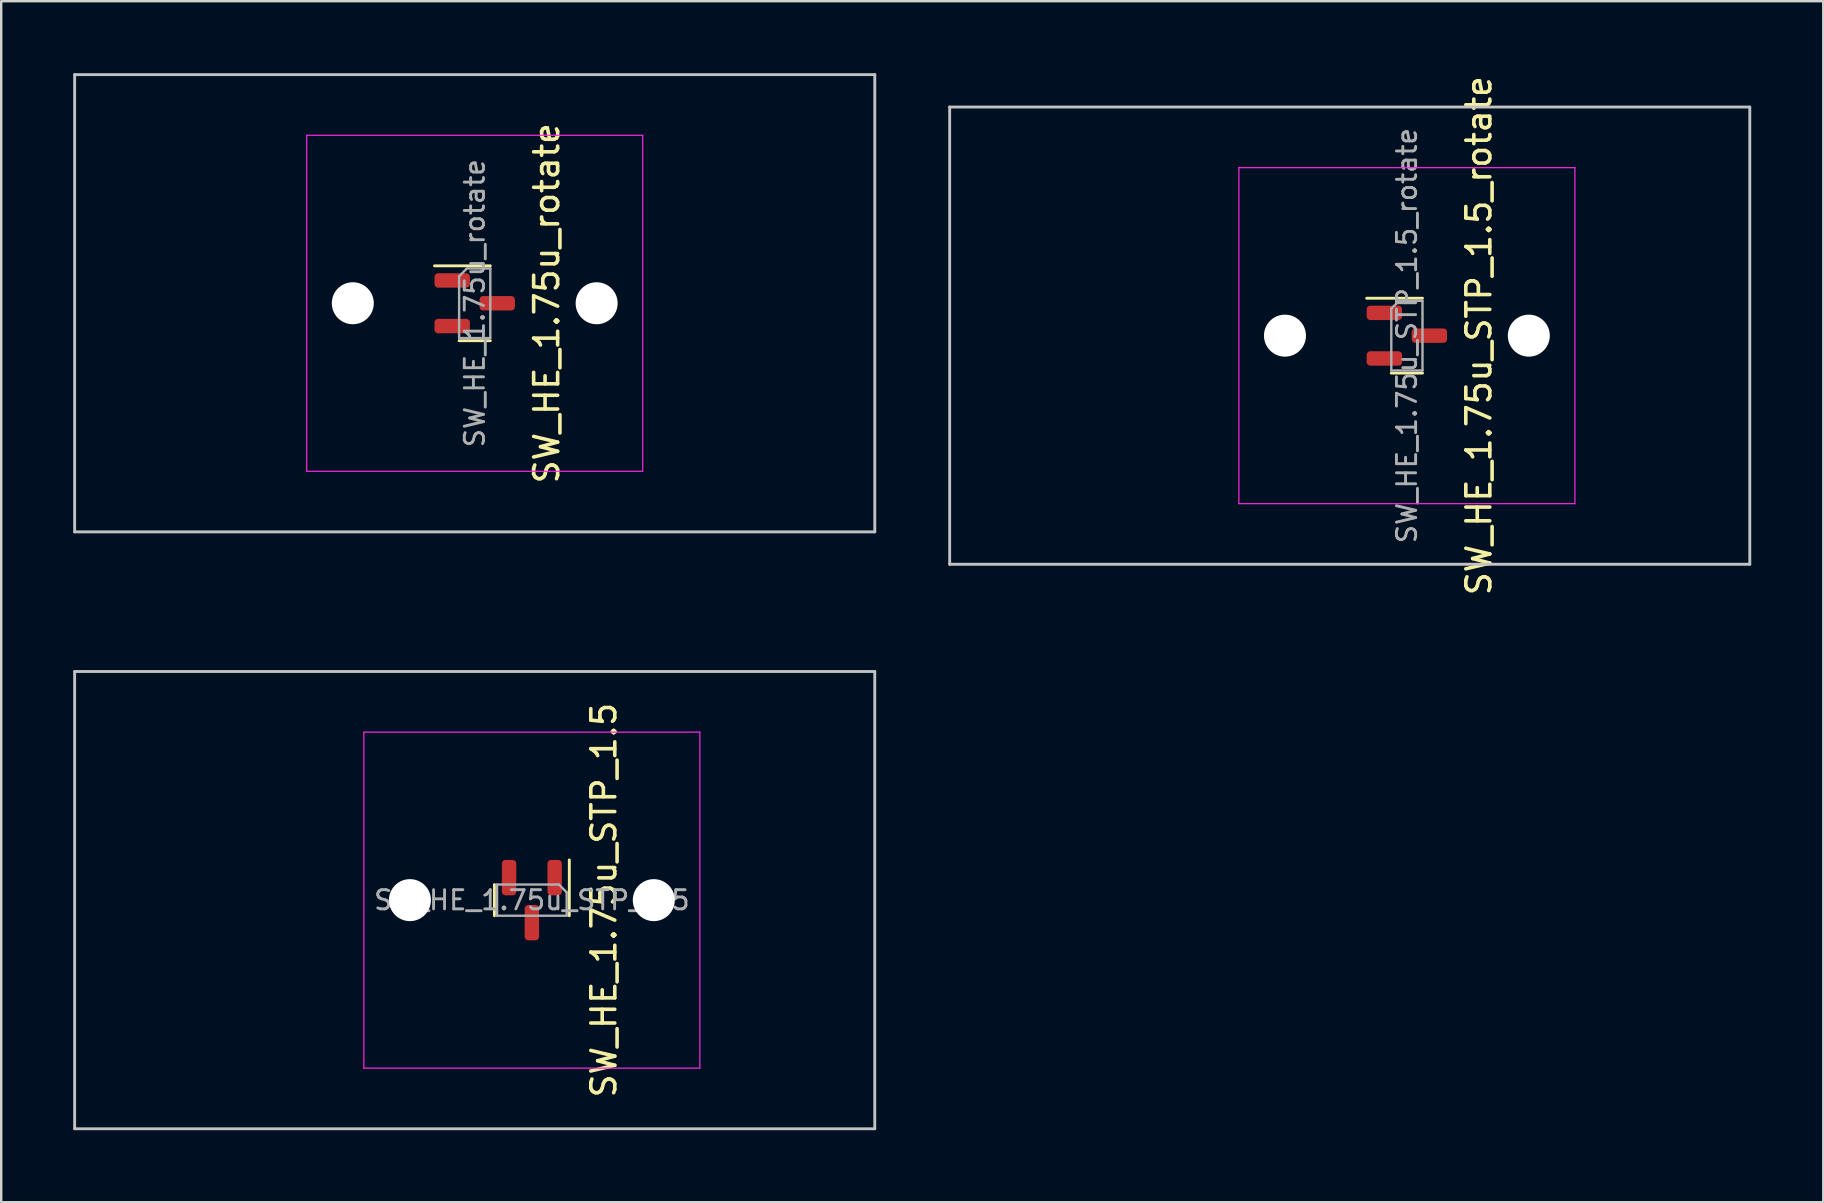
<source format=kicad_pcb>
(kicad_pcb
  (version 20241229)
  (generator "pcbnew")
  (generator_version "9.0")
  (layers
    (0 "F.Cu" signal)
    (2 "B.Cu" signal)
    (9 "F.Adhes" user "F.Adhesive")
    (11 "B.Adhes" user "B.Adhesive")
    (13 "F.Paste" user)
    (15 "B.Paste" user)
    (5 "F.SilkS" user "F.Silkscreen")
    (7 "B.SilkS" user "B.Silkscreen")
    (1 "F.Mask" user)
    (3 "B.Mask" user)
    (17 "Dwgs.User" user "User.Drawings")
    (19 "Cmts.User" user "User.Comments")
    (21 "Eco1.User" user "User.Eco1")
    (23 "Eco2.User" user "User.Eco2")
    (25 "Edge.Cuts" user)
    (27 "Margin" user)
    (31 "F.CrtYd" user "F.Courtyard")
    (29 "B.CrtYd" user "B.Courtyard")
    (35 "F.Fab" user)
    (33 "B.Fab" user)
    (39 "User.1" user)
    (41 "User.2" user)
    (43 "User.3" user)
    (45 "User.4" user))
  (footprint "SW_HE_1.75u_STP_1.5"
    (layer "F.Cu")
    (at 19.11 34.454)
    (property "Reference" "SW_HE_1.75u_STP_1.5" (at 3 0 270) (layer "F.SilkS") (effects (font (size 1 1) (thickness 0.15))))
    (attr smd)
    (fp_line (start -1.56 -0.65) (end -1.56 0.65) (stroke (width 0.12) (type default)) (layer "F.SilkS"))
    (fp_line (start 1.56 -1.675) (end 1.56 0.65) (stroke (width 0.12) (type default)) (layer "F.SilkS"))
    (fp_line (start -19.05 9.525) (end -19.05 -9.525) (stroke (width 0.12) (type default)) (layer "Dwgs.User"))
    (fp_line (start -19.05 9.525) (end 14.287 9.525) (stroke (width 0.12) (type default)) (layer "Dwgs.User"))
    (fp_line (start 14.287 -9.525) (end -19.05 -9.525) (stroke (width 0.12) (type default)) (layer "Dwgs.User"))
    (fp_line (start 14.287 9.525) (end 14.287 -9.525) (stroke (width 0.12) (type default)) (layer "Dwgs.User"))
    (fp_line (start -7 6.5) (end -7 -6.5) (stroke (width 0.05) (type solid)) (layer "Eco2.User"))
    (fp_line (start -6.5 -7) (end 6.5 -7) (stroke (width 0.05) (type solid)) (layer "Eco2.User"))
    (fp_line (start 6.5 7) (end -6.5 7) (stroke (width 0.05) (type solid)) (layer "Eco2.User"))
    (fp_line (start 7 -6.5) (end 7 6.5) (stroke (width 0.05) (type solid)) (layer "Eco2.User"))
    (fp_arc (start -7 -6.5) (mid -6.853553 -6.853553) (end -6.5 -7) (stroke (width 0.05) (type solid)) (layer "Eco2.User"))
    (fp_arc (start -6.5 7) (mid -6.853553 6.853553) (end -7 6.5) (stroke (width 0.05) (type solid)) (layer "Eco2.User"))
    (fp_arc (start 6.5 -7) (mid 6.853553 -6.853553) (end 7 -6.5) (stroke (width 0.05) (type solid)) (layer "Eco2.User"))
    (fp_arc (start 6.997236 6.498884) (mid 6.850789 6.852437) (end 6.497236 6.998884) (stroke (width 0.05) (type solid)) (layer "Eco2.User"))
    (fp_line (start -7 -7) (end -7 7) (stroke (width 0.05) (type solid)) (layer "F.CrtYd"))
    (fp_line (start -7 7) (end 7 7) (stroke (width 0.05) (type solid)) (layer "F.CrtYd"))
    (fp_line (start 7 -7) (end -7 -7) (stroke (width 0.05) (type solid)) (layer "F.CrtYd"))
    (fp_line (start 7 7) (end 7 -7) (stroke (width 0.05) (type solid)) (layer "F.CrtYd"))
    (fp_line (start -1.45 -0.65) (end 1.125 -0.65) (stroke (width 0.1) (type default)) (layer "F.Fab"))
    (fp_line (start -1.45 0.65) (end -1.45 -0.65) (stroke (width 0.1) (type default)) (layer "F.Fab"))
    (fp_line (start -1.45 0.65) (end 1.45 0.65) (stroke (width 0.1) (type default)) (layer "F.Fab"))
    (fp_line (start 1.45 -0.325) (end 1.125 -0.65) (stroke (width 0.1) (type default)) (layer "F.Fab"))
    (fp_line (start 1.45 -0.325) (end 1.45 0.65) (stroke (width 0.1) (type default)) (layer "F.Fab"))
    (fp_text user "${REFERENCE}" (at 0 0 0) (layer "F.Fab") (effects (font (size 0.8 0.8) (thickness 0.12))))
    (pad "" np_thru_hole circle (at -5.08 0) (size 1.75 1.75) (drill 1.75) (layers "*.Cu" "*.Mask"))
    (pad "" np_thru_hole circle (at 5.08 0) (size 1.75 1.75) (drill 1.75) (layers "*.Cu" "*.Mask"))
    (pad "1" smd roundrect (at 0.95 -0.938 270) (size 1.475 0.6) (layers "F.Cu" "F.Mask" "F.Paste") (roundrect_rratio 0.25))
    (pad "2" smd roundrect (at -0.95 -0.938 270) (size 1.475 0.6) (layers "F.Cu" "F.Mask" "F.Paste") (roundrect_rratio 0.25))
    (pad "3" smd roundrect (at 0 0.938 270) (size 1.475 0.6) (layers "F.Cu" "F.Mask" "F.Paste") (roundrect_rratio 0.25))
    (zone (net_name "") (layers "F.Cu" "B.Cu") (hatch edge 0.5) (connect_pads) (min_thickness 0.25) (filled_areas_thickness no) (keepout (tracks allowed) (vias allowed) (pads allowed) (copperpour not_allowed) (footprints allowed)) (placement (enabled no)) (fill) (polygon (pts (arc (start 21.03 33.03405) (mid 20.883553 32.680497) (end 20.53 32.53405)) (arc (start 17.69 32.53405) (mid 17.336447 32.680497) (end 17.19 33.03405)) (arc (start 17.19 35.87405) (mid 17.336447 36.227603) (end 17.69 36.37405)) (arc (start 20.53 36.37405) (mid 20.883553 36.227603) (end 21.03 35.87405))))))
  (footprint "SW_HE_1.75u_STP_1.5_rotate"
    (layer "F.Cu")
    (at 55.568 10.935)
    (property "Reference" "SW_HE_1.75u_STP_1.5_rotate" (at 3 0 270) (layer "F.SilkS") (effects (font (size 1 1) (thickness 0.15))))
    (attr smd)
    (fp_line (start -1.675 -1.56) (end 0.65 -1.56) (stroke (width 0.12) (type default)) (layer "F.SilkS"))
    (fp_line (start -0.65 1.56) (end 0.65 1.56) (stroke (width 0.12) (type default)) (layer "F.SilkS"))
    (fp_line (start -19.05 9.525) (end -19.05 -9.525) (stroke (width 0.12) (type default)) (layer "Dwgs.User"))
    (fp_line (start -19.05 9.525) (end 14.287 9.525) (stroke (width 0.12) (type default)) (layer "Dwgs.User"))
    (fp_line (start 14.287 -9.525) (end -19.05 -9.525) (stroke (width 0.12) (type default)) (layer "Dwgs.User"))
    (fp_line (start 14.287 9.525) (end 14.287 -9.525) (stroke (width 0.12) (type default)) (layer "Dwgs.User"))
    (fp_line (start -7 6.5) (end -7 -6.5) (stroke (width 0.05) (type solid)) (layer "Eco2.User"))
    (fp_line (start -6.5 -7) (end 6.5 -7) (stroke (width 0.05) (type solid)) (layer "Eco2.User"))
    (fp_line (start 6.5 7) (end -6.5 7) (stroke (width 0.05) (type solid)) (layer "Eco2.User"))
    (fp_line (start 7 -6.5) (end 7 6.5) (stroke (width 0.05) (type solid)) (layer "Eco2.User"))
    (fp_arc (start -7 -6.5) (mid -6.853553 -6.853553) (end -6.5 -7) (stroke (width 0.05) (type solid)) (layer "Eco2.User"))
    (fp_arc (start -6.5 7) (mid -6.853553 6.853553) (end -7 6.5) (stroke (width 0.05) (type solid)) (layer "Eco2.User"))
    (fp_arc (start 6.5 -7) (mid 6.853553 -6.853553) (end 7 -6.5) (stroke (width 0.05) (type solid)) (layer "Eco2.User"))
    (fp_arc (start 6.997236 6.498884) (mid 6.850789 6.852437) (end 6.497236 6.998884) (stroke (width 0.05) (type solid)) (layer "Eco2.User"))
    (fp_line (start -7 -7) (end -7 7) (stroke (width 0.05) (type solid)) (layer "F.CrtYd"))
    (fp_line (start -7 7) (end 7 7) (stroke (width 0.05) (type solid)) (layer "F.CrtYd"))
    (fp_line (start 7 -7) (end -7 -7) (stroke (width 0.05) (type solid)) (layer "F.CrtYd"))
    (fp_line (start 7 7) (end 7 -7) (stroke (width 0.05) (type solid)) (layer "F.CrtYd"))
    (fp_line (start -0.65 1.45) (end -0.65 -1.125) (stroke (width 0.1) (type default)) (layer "F.Fab"))
    (fp_line (start -0.325 -1.45) (end -0.65 -1.125) (stroke (width 0.1) (type default)) (layer "F.Fab"))
    (fp_line (start -0.325 -1.45) (end 0.65 -1.45) (stroke (width 0.1) (type default)) (layer "F.Fab"))
    (fp_line (start 0.65 1.45) (end -0.65 1.45) (stroke (width 0.1) (type default)) (layer "F.Fab"))
    (fp_line (start 0.65 1.45) (end 0.65 -1.45) (stroke (width 0.1) (type default)) (layer "F.Fab"))
    (fp_text user "${REFERENCE}" (at 0 0 90) (layer "F.Fab") (effects (font (size 0.8 0.8) (thickness 0.12))))
    (pad "" np_thru_hole circle (at -5.08 0) (size 1.75 1.75) (drill 1.75) (layers "*.Cu" "*.Mask"))
    (pad "" np_thru_hole circle (at 5.08 0) (size 1.75 1.75) (drill 1.75) (layers "*.Cu" "*.Mask"))
    (pad "1" smd roundrect (at -0.938 -0.95) (size 1.475 0.6) (layers "F.Cu" "F.Mask" "F.Paste") (roundrect_rratio 0.25))
    (pad "2" smd roundrect (at -0.938 0.95) (size 1.475 0.6) (layers "F.Cu" "F.Mask" "F.Paste") (roundrect_rratio 0.25))
    (pad "3" smd roundrect (at 0.938 0) (size 1.475 0.6) (layers "F.Cu" "F.Mask" "F.Paste") (roundrect_rratio 0.25))
    (zone (net_name "") (layers "F.Cu" "B.Cu") (hatch edge 0.5) (connect_pads) (min_thickness 0.25) (filled_areas_thickness no) (keepout (tracks allowed) (vias allowed) (pads allowed) (copperpour not_allowed) (footprints allowed)) (placement (enabled no)) (fill) (polygon (pts (arc (start 54.1475 9.014525) (mid 53.793947 9.160972) (end 53.6475 9.514525)) (arc (start 53.6475 12.354525) (mid 53.793947 12.708078) (end 54.1475 12.854525)) (arc (start 56.9875 12.854525) (mid 57.341053 12.708078) (end 57.4875 12.354525)) (arc (start 57.4875 9.514525) (mid 57.341053 9.160972) (end 56.9875 9.014525))))))
  (footprint "SW_HE_1.75u_rotate"
    (layer "F.Cu")
    (at 16.729 9.585)
    (property "Reference" "SW_HE_1.75u_rotate" (at 3 0 270) (layer "F.SilkS") (effects (font (size 1 1) (thickness 0.15))))
    (attr smd)
    (fp_line (start -1.675 -1.56) (end 0.65 -1.56) (stroke (width 0.12) (type default)) (layer "F.SilkS"))
    (fp_line (start -0.65 1.56) (end 0.65 1.56) (stroke (width 0.12) (type default)) (layer "F.SilkS"))
    (fp_line (start -16.669 9.525) (end -16.669 -9.525) (stroke (width 0.12) (type default)) (layer "Dwgs.User"))
    (fp_line (start -16.669 9.525) (end 16.669 9.525) (stroke (width 0.12) (type default)) (layer "Dwgs.User"))
    (fp_line (start 16.669 -9.525) (end -16.669 -9.525) (stroke (width 0.12) (type default)) (layer "Dwgs.User"))
    (fp_line (start 16.669 9.525) (end 16.669 -9.525) (stroke (width 0.12) (type default)) (layer "Dwgs.User"))
    (fp_line (start -7 6.5) (end -7 -6.5) (stroke (width 0.05) (type solid)) (layer "Eco2.User"))
    (fp_line (start -6.5 -7) (end 6.5 -7) (stroke (width 0.05) (type solid)) (layer "Eco2.User"))
    (fp_line (start 6.5 7) (end -6.5 7) (stroke (width 0.05) (type solid)) (layer "Eco2.User"))
    (fp_line (start 7 -6.5) (end 7 6.5) (stroke (width 0.05) (type solid)) (layer "Eco2.User"))
    (fp_arc (start -7 -6.5) (mid -6.853553 -6.853553) (end -6.5 -7) (stroke (width 0.05) (type solid)) (layer "Eco2.User"))
    (fp_arc (start -6.5 7) (mid -6.853553 6.853553) (end -7 6.5) (stroke (width 0.05) (type solid)) (layer "Eco2.User"))
    (fp_arc (start 6.5 -7) (mid 6.853553 -6.853553) (end 7 -6.5) (stroke (width 0.05) (type solid)) (layer "Eco2.User"))
    (fp_arc (start 6.997236 6.498884) (mid 6.850789 6.852437) (end 6.497236 6.998884) (stroke (width 0.05) (type solid)) (layer "Eco2.User"))
    (fp_line (start -7 -7) (end -7 7) (stroke (width 0.05) (type solid)) (layer "F.CrtYd"))
    (fp_line (start -7 7) (end 7 7) (stroke (width 0.05) (type solid)) (layer "F.CrtYd"))
    (fp_line (start 7 -7) (end -7 -7) (stroke (width 0.05) (type solid)) (layer "F.CrtYd"))
    (fp_line (start 7 7) (end 7 -7) (stroke (width 0.05) (type solid)) (layer "F.CrtYd"))
    (fp_line (start -0.65 1.45) (end -0.65 -1.125) (stroke (width 0.1) (type default)) (layer "F.Fab"))
    (fp_line (start -0.325 -1.45) (end -0.65 -1.125) (stroke (width 0.1) (type default)) (layer "F.Fab"))
    (fp_line (start -0.325 -1.45) (end 0.65 -1.45) (stroke (width 0.1) (type default)) (layer "F.Fab"))
    (fp_line (start 0.65 1.45) (end -0.65 1.45) (stroke (width 0.1) (type default)) (layer "F.Fab"))
    (fp_line (start 0.65 1.45) (end 0.65 -1.45) (stroke (width 0.1) (type default)) (layer "F.Fab"))
    (fp_text user "${REFERENCE}" (at 0 0 90) (layer "F.Fab") (effects (font (size 0.8 0.8) (thickness 0.12))))
    (pad "" np_thru_hole circle (at -5.08 0) (size 1.75 1.75) (drill 1.75) (layers "*.Cu" "*.Mask"))
    (pad "" np_thru_hole circle (at 5.08 0) (size 1.75 1.75) (drill 1.75) (layers "*.Cu" "*.Mask"))
    (pad "1" smd roundrect (at -0.938 -0.95) (size 1.475 0.6) (layers "F.Cu" "F.Mask" "F.Paste") (roundrect_rratio 0.25))
    (pad "2" smd roundrect (at -0.938 0.95) (size 1.475 0.6) (layers "F.Cu" "F.Mask" "F.Paste") (roundrect_rratio 0.25))
    (pad "3" smd roundrect (at 0.938 0) (size 1.475 0.6) (layers "F.Cu" "F.Mask" "F.Paste") (roundrect_rratio 0.25))
    (zone (net_name "") (layers "F.Cu" "B.Cu") (hatch edge 0.5) (connect_pads) (min_thickness 0.25) (filled_areas_thickness no) (keepout (tracks allowed) (vias allowed) (pads allowed) (copperpour not_allowed) (footprints allowed)) (placement (enabled no)) (fill) (polygon (pts (arc (start 15.30875 7.665) (mid 14.955197 7.811447) (end 14.80875 8.165)) (arc (start 14.80875 11.005) (mid 14.955197 11.358553) (end 15.30875 11.505)) (arc (start 18.14875 11.505) (mid 18.502303 11.358553) (end 18.64875 11.005)) (arc (start 18.64875 8.165) (mid 18.502303 7.811447) (end 18.14875 7.665))))))
  (gr_rect
    (start -3 -3)
    (end 72.915 47.039)
    (stroke (width 0.1) (type default))
    (fill no)
    (layer "Edge.Cuts")))
</source>
